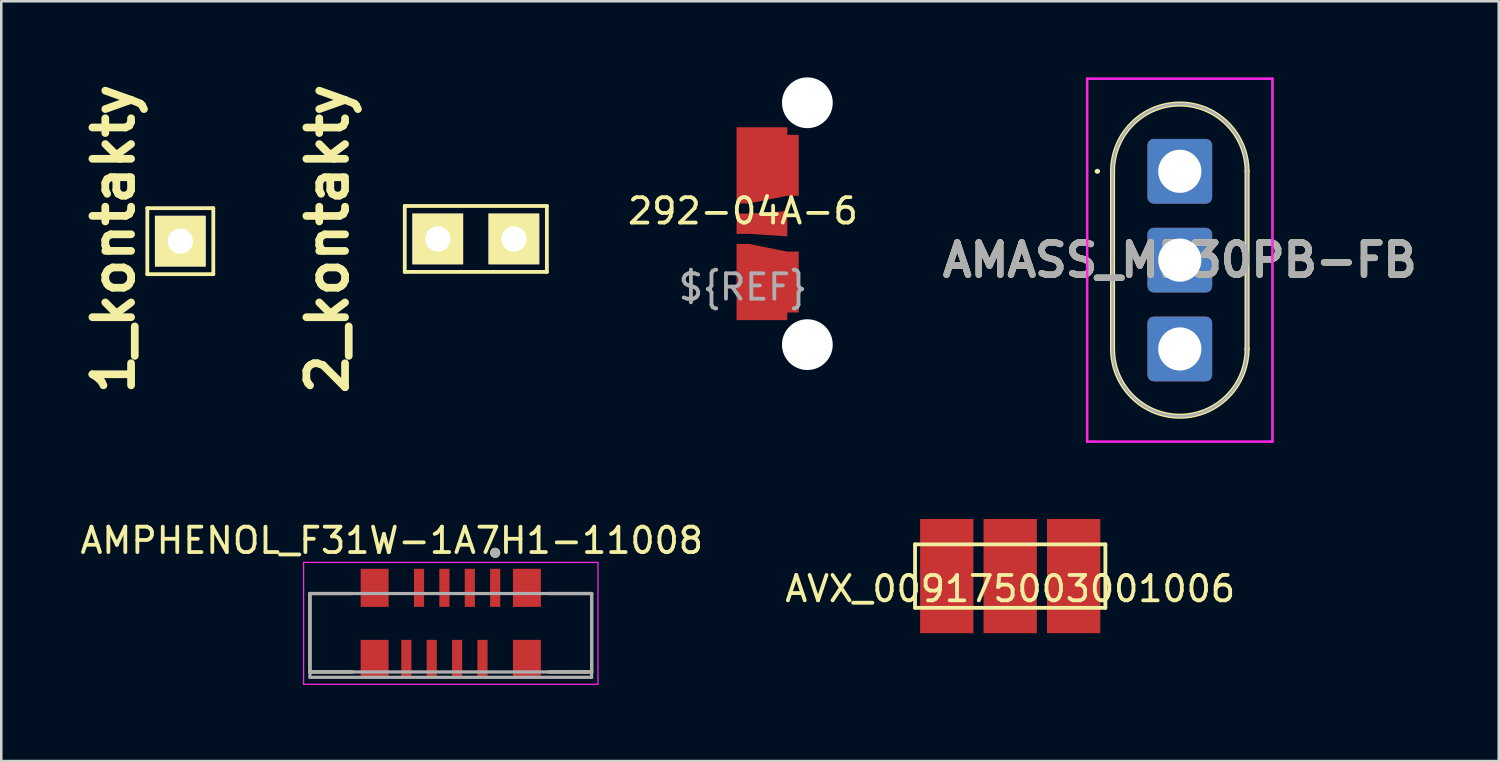
<source format=kicad_pcb>
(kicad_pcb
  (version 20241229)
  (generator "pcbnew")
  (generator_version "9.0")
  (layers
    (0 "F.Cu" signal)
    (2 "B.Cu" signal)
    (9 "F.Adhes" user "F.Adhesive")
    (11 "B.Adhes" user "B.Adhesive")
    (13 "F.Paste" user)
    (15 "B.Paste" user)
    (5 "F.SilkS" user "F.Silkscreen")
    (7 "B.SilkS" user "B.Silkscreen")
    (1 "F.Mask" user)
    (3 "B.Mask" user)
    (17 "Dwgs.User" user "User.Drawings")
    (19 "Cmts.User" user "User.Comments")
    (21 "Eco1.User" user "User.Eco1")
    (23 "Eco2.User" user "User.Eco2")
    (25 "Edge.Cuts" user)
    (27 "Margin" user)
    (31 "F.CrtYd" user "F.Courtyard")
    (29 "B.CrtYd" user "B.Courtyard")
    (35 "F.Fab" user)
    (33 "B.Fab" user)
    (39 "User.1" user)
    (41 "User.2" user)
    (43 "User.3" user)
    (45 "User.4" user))
  (footprint "AMPHENOL_F31W-1A7H1-11008"
    (layer "F.Cu")
    (at 14.712 21.883)
    (property "Reference" "AMPHENOL_F31W-1A7H1-11008" (at -2.325 -3.635 180) (layer "F.SilkS") (effects (font (size 1 1) (thickness 0.15))))
    (attr smd)
    (fp_line (start -5.55 -1.545) (end -5.55 1.545) (stroke (width 0.127) (type solid)) (layer "F.SilkS"))
    (fp_line (start -5.55 1.545) (end -3.87 1.545) (stroke (width 0.127) (type solid)) (layer "F.SilkS"))
    (fp_line (start -3.87 -1.545) (end -5.55 -1.545) (stroke (width 0.127) (type solid)) (layer "F.SilkS"))
    (fp_line (start 3.87 1.545) (end 5.55 1.545) (stroke (width 0.127) (type solid)) (layer "F.SilkS"))
    (fp_line (start 5.55 -1.545) (end 3.87 -1.545) (stroke (width 0.127) (type solid)) (layer "F.SilkS"))
    (fp_line (start 5.55 1.545) (end 5.55 -1.545) (stroke (width 0.127) (type solid)) (layer "F.SilkS"))
    (fp_circle (center 1.75 -3.15) (end 1.85 -3.15) (stroke (width 0.2) (type solid)) (fill no) (layer "F.SilkS"))
    (fp_line (start -5.8 -2.77) (end -5.8 2.03) (stroke (width 0.05) (type solid)) (layer "F.CrtYd"))
    (fp_line (start -5.8 2.03) (end 5.8 2.03) (stroke (width 0.05) (type solid)) (layer "F.CrtYd"))
    (fp_line (start 5.8 -2.77) (end -5.8 -2.77) (stroke (width 0.05) (type solid)) (layer "F.CrtYd"))
    (fp_line (start 5.8 2.03) (end 5.8 -2.77) (stroke (width 0.05) (type solid)) (layer "F.CrtYd"))
    (fp_line (start -5.55 -1.545) (end -5.55 1.545) (stroke (width 0.127) (type solid)) (layer "F.Fab"))
    (fp_line (start -5.55 1.545) (end -5.55 1.755) (stroke (width 0.127) (type solid)) (layer "F.Fab"))
    (fp_line (start -5.55 1.545) (end 5.55 1.545) (stroke (width 0.127) (type solid)) (layer "F.Fab"))
    (fp_line (start -5.55 1.755) (end 5.55 1.755) (stroke (width 0.127) (type solid)) (layer "F.Fab"))
    (fp_line (start 5.55 1.755) (end 5.55 1.545) (stroke (width 0.127) (type solid)) (layer "F.Fab"))
    (fp_line (start 5.55 -1.545) (end -5.55 -1.545) (stroke (width 0.127) (type solid)) (layer "F.Fab"))
    (fp_line (start 5.55 1.545) (end 5.55 -1.545) (stroke (width 0.127) (type solid)) (layer "F.Fab"))
    (fp_circle (center 1.75 -3.15) (end 1.85 -3.15) (stroke (width 0.2) (type solid)) (fill no) (layer "F.Fab"))
    (pad "1" smd rect (at 1.75 -1.77) (size 0.4 1.5) (layers "F.Cu" "F.Mask" "F.Paste"))
    (pad "2" smd rect (at 1.25 1.03) (size 0.4 1.5) (layers "F.Cu" "F.Mask" "F.Paste"))
    (pad "3" smd rect (at 0.75 -1.77) (size 0.4 1.5) (layers "F.Cu" "F.Mask" "F.Paste"))
    (pad "4" smd rect (at 0.25 1.03) (size 0.4 1.5) (layers "F.Cu" "F.Mask" "F.Paste"))
    (pad "5" smd rect (at -0.25 -1.77) (size 0.4 1.5) (layers "F.Cu" "F.Mask" "F.Paste"))
    (pad "6" smd rect (at -0.75 1.03) (size 0.4 1.5) (layers "F.Cu" "F.Mask" "F.Paste"))
    (pad "7" smd rect (at -1.25 -1.77) (size 0.4 1.5) (layers "F.Cu" "F.Mask" "F.Paste"))
    (pad "8" smd rect (at -1.75 1.03) (size 0.4 1.5) (layers "F.Cu" "F.Mask" "F.Paste"))
    (pad "9" smd rect (at 3 -1.77) (size 1.1 1.5) (layers "F.Cu" "F.Mask" "F.Paste"))
    (pad "10" smd rect (at 3 1.03) (size 1.1 1.5) (layers "F.Cu" "F.Mask" "F.Paste"))
    (pad "11" smd rect (at -3 -1.77) (size 1.1 1.5) (layers "F.Cu" "F.Mask" "F.Paste"))
    (pad "12" smd rect (at -3 1.03) (size 1.1 1.5) (layers "F.Cu" "F.Mask" "F.Paste")))
  (footprint "AVX_009175003001006"
    (layer "F.Cu")
    (at 36.756 19.65)
    (property "Reference" "AVX_009175003001006" (at 0 0.5 0) (layer "F.SilkS") (effects (font (size 1 1) (thickness 0.15))))
    (attr through_hole)
    (fp_line (start -3.75 -1.25) (end 3.75 -1.25) (stroke (width 0.15) (type solid)) (layer "F.SilkS"))
    (fp_line (start -3.75 1.25) (end -3.75 -1.25) (stroke (width 0.15) (type solid)) (layer "F.SilkS"))
    (fp_line (start 3.75 -1.25) (end 3.75 1.25) (stroke (width 0.15) (type solid)) (layer "F.SilkS"))
    (fp_line (start 3.75 1.25) (end -3.75 1.25) (stroke (width 0.15) (type solid)) (layer "F.SilkS"))
    (pad "1" smd rect (at -2.5 0) (size 2.1 4.5) (layers "F.Cu" "F.Mask" "F.Paste"))
    (pad "2" smd rect (at 0 0) (size 2.1 4.5) (layers "F.Cu" "F.Mask" "F.Paste"))
    (pad "3" smd rect (at 2.5 0) (size 2.1 4.5) (layers "F.Cu" "F.Mask" "F.Paste")))
  (footprint "292-04A-6"
    (layer "F.Cu")
    (at 26.223 5.765)
    (property "Reference" "292-04A-6" (at 0 -0.5 0) (unlocked yes) (layer "F.SilkS") (effects (font (size 1 1) (thickness 0.15))))
    (attr smd)
    (fp_text user "${REF}" (at 0 2.5 0) (unlocked yes) (layer "F.Fab") (effects (font (size 1 1) (thickness 0.15))))
    (pad "" np_thru_hole circle (at 2.54 -4.765 180) (size 2 2) (drill 2) (layers "*.Cu" "*.Mask"))
    (pad "" np_thru_hole circle (at 2.54 4.765 180) (size 2 2) (drill 2) (layers "*.Cu" "*.Mask"))
    (pad "1" smd custom (at 0 0) (size 0.5 0.8) (layers "F.Cu" "F.Mask" "F.Paste") (options (anchor rect)) (primitives (gr_poly (pts (xy 1.75 0.5) (xy 0.25 0.4) (xy 0.25 -0.4) (xy 1.75 -0.5)) (width 0) (fill yes))))
    (pad "2" smd custom (at 0 -2.3) (size 0.5 3) (layers "F.Cu" "F.Mask" "F.Paste") (options (anchor rect)) (primitives (gr_poly (pts (xy 1.75 1.2) (xy 0.25 1.5) (xy 0.25 -1.5) (xy 1.75 -1.5)) (width 0) (fill yes)) (gr_poly (pts (xy 1.75 -1.2) (xy 1.75 1.2) (xy 2.2 1.2) (xy 2.2 -1.2)) (width 0) (fill yes))))
    (pad "2" smd custom (at 0 2.3 180) (size 0.5 3) (layers "F.Cu" "F.Mask" "F.Paste") (options (anchor rect)) (primitives (gr_poly (pts (xy -1.75 1.2) (xy -0.25 1.5) (xy -0.25 -1.5) (xy -1.75 -1.5)) (width 0) (fill yes)) (gr_poly (pts (xy -1.75 -1.2) (xy -1.75 1.2) (xy -2.2 1.2) (xy -2.2 -1.2)) (width 0) (fill yes)))))
  (footprint "AMASS_MR30PB-FB"
    (layer "F.Cu")
    (at 43.439 3.7)
    (property "Reference" "AMASS_MR30PB-FB" (at 0 3.5 0) (layer "F.SilkS") (effects (font (size 1.27 1.27) (thickness 0.254))))
    (attr through_hole)
    (fp_line (start -3.3 0) (end -3.3 0) (stroke (width 0.1) (type solid)) (layer "F.SilkS"))
    (fp_line (start -3.2 0) (end -3.2 0) (stroke (width 0.1) (type solid)) (layer "F.SilkS"))
    (fp_line (start -2.65 0) (end -2.65 0) (stroke (width 0.2) (type solid)) (layer "F.SilkS"))
    (fp_line (start -2.65 3.5) (end -2.65 0) (stroke (width 0.2) (type solid)) (layer "F.SilkS"))
    (fp_line (start -2.65 7) (end -2.65 3.5) (stroke (width 0.2) (type solid)) (layer "F.SilkS"))
    (fp_line (start 2.65 0) (end 2.65 7) (stroke (width 0.2) (type solid)) (layer "F.SilkS"))
    (fp_line (start 2.65 7) (end 2.65 7) (stroke (width 0.2) (type solid)) (layer "F.SilkS"))
    (fp_arc (start -3.3 0) (mid -3.25 -0.05) (end -3.2 0) (stroke (width 0.1) (type solid)) (layer "F.SilkS"))
    (fp_arc (start -3.2 0) (mid -3.25 0.05) (end -3.3 0) (stroke (width 0.1) (type solid)) (layer "F.SilkS"))
    (fp_arc (start -2.65 0) (mid 0 -2.65) (end 2.65 0) (stroke (width 0.2) (type solid)) (layer "F.SilkS"))
    (fp_arc (start 2.65 7) (mid 0 9.65) (end -2.65 7) (stroke (width 0.2) (type solid)) (layer "F.SilkS"))
    (fp_line (start -3.65 -3.65) (end 3.65 -3.65) (stroke (width 0.1) (type solid)) (layer "F.CrtYd"))
    (fp_line (start -3.65 10.65) (end -3.65 -3.65) (stroke (width 0.1) (type solid)) (layer "F.CrtYd"))
    (fp_line (start 3.65 -3.65) (end 3.65 10.65) (stroke (width 0.1) (type solid)) (layer "F.CrtYd"))
    (fp_line (start 3.65 10.65) (end -3.65 10.65) (stroke (width 0.1) (type solid)) (layer "F.CrtYd"))
    (fp_line (start -2.65 0) (end -2.65 0) (stroke (width 0.1) (type solid)) (layer "F.Fab"))
    (fp_line (start -2.65 3.5) (end -2.65 0) (stroke (width 0.1) (type solid)) (layer "F.Fab"))
    (fp_line (start -2.65 7) (end -2.65 3.5) (stroke (width 0.1) (type solid)) (layer "F.Fab"))
    (fp_line (start 2.65 0) (end 2.65 7) (stroke (width 0.1) (type solid)) (layer "F.Fab"))
    (fp_line (start 2.65 7) (end 2.65 7) (stroke (width 0.1) (type solid)) (layer "F.Fab"))
    (fp_arc (start -2.65 0) (mid 0 -2.65) (end 2.65 0) (stroke (width 0.1) (type solid)) (layer "F.Fab"))
    (fp_arc (start 2.65 7) (mid 0 9.65) (end -2.65 7) (stroke (width 0.1) (type solid)) (layer "F.Fab"))
    (fp_text user "${REFERENCE}" (at 0 3.5 0) (layer "F.Fab") (effects (font (size 1.27 1.27) (thickness 0.254))))
    (pad "1" thru_hole roundrect (at 0 0) (size 2.55 2.55) (drill 1.7) (layers "*.Cu" "*.Mask") (roundrect_rratio 0.098))
    (pad "2" thru_hole roundrect (at 0 3.5) (size 2.55 2.55) (drill 1.7) (layers "*.Cu" "*.Mask") (roundrect_rratio 0.098))
    (pad "3" thru_hole roundrect (at 0 7) (size 2.55 2.55) (drill 1.7) (layers "*.Cu" "*.Mask") (roundrect_rratio 0.098)))
  (footprint "1_kontakty"
    (layer "F.Cu")
    (at 4.055 6.453)
    (property "Reference" "1_kontakty" (at -2.629 -0.089 90) (layer "F.SilkS") (effects (font (size 1.524 1.524) (thickness 0.305))))
    (attr through_hole)
    (fp_line (start -1.3 -1.3) (end 1.3 -1.3) (stroke (width 0.15) (type solid)) (layer "F.SilkS"))
    (fp_line (start -1.3 1.3) (end -1.3 -1.3) (stroke (width 0.15) (type solid)) (layer "F.SilkS"))
    (fp_line (start 1.3 -1.3) (end 1.3 1.3) (stroke (width 0.15) (type solid)) (layer "F.SilkS"))
    (fp_line (start 1.3 1.3) (end -1.3 1.3) (stroke (width 0.15) (type solid)) (layer "F.SilkS"))
    (pad "1" thru_hole rect (at 0 0 90) (size 2 2) (drill 1) (layers "*.Cu" "*.Mask" "F.SilkS")))
  (footprint "2_kontakty"
    (layer "F.Cu")
    (at 15.699 6.365)
    (property "Reference" "2_kontakty" (at -5.842 0 90) (layer "F.SilkS") (effects (font (size 1.524 1.524) (thickness 0.305))))
    (attr through_hole)
    (fp_line (start -2.8 -1.3) (end 2.8 -1.3) (stroke (width 0.15) (type solid)) (layer "F.SilkS"))
    (fp_line (start -2.8 1.3) (end -2.8 -1.3) (stroke (width 0.15) (type solid)) (layer "F.SilkS"))
    (fp_line (start 2.8 -1.3) (end 2.8 1.3) (stroke (width 0.15) (type solid)) (layer "F.SilkS"))
    (fp_line (start 2.8 1.3) (end -2.8 1.3) (stroke (width 0.15) (type solid)) (layer "F.SilkS"))
    (pad "1" thru_hole rect (at 1.5 0 90) (size 2 2) (drill 1) (layers "*.Cu" "*.Mask" "F.SilkS"))
    (pad "2" thru_hole rect (at -1.5 0 90) (size 2 2) (drill 1) (layers "*.Cu" "*.Mask" "F.SilkS")))
  (gr_rect
    (start -3 -3)
    (end 56.006 26.938)
    (stroke (width 0.1) (type default))
    (fill no)
    (layer "Edge.Cuts")))
</source>
